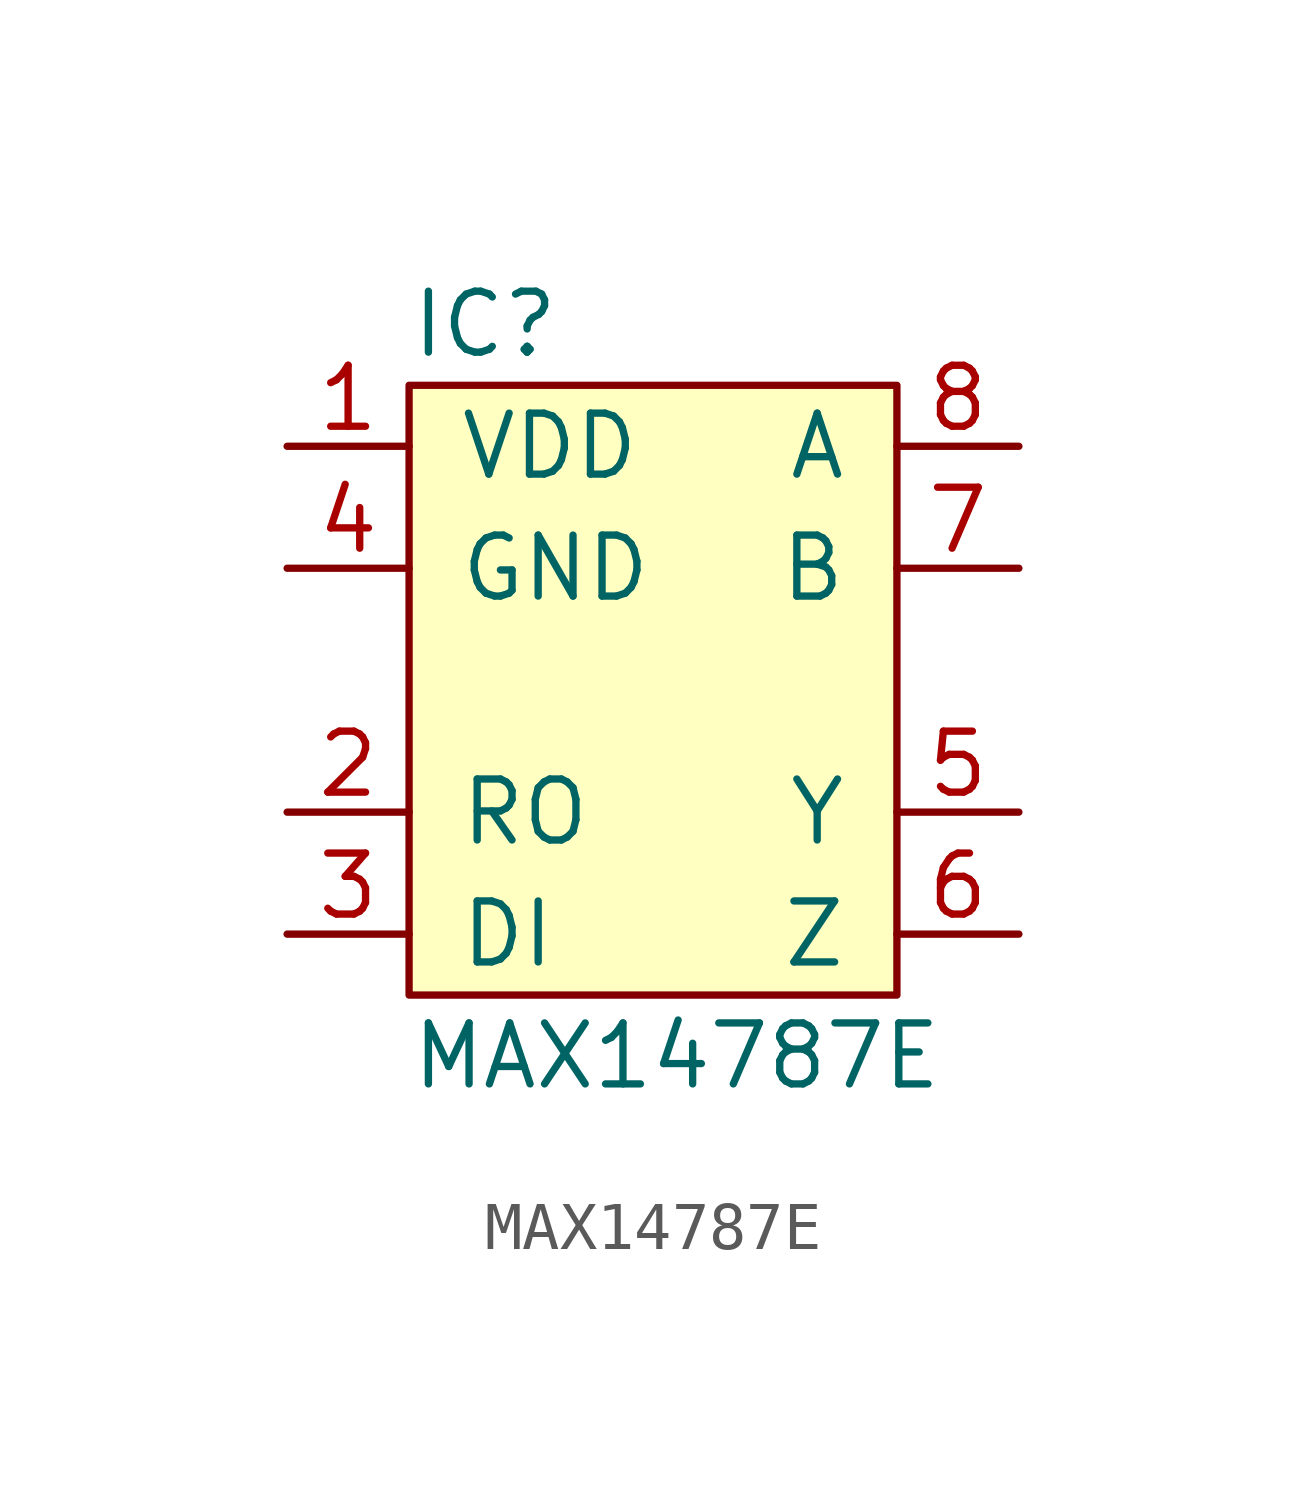
<source format=kicad_sym>
(kicad_symbol_lib
  (version 20211014)
  (generator agg_kicad.build_lib_ic)
  (symbol "MAX14787E"
    (pin_names
      (offset 1.016))
    (property Reference IC
      (at -5.08 7.62 0)
      (effects (font (size 1.27 1.27)) (justify left)))
    (property Value "MAX14787E"
      (at -5.08 -7.62 0)
      (effects (font (size 1.27 1.27)) (justify left)))
    (symbol "MAX14787E_0_0"
      (rectangle (start -5.08 6.35) (end 5.08 -6.35) (stroke (width 0) (type default) (color 0 0 0 0)) (fill (type background)))
      (pin power_in line (at -7.62 5.08 0) (length 2.54) (name VDD (effects (font (size 1.27 1.27)))) (number "1" (effects (font (size 1.27 1.27)))))
      (pin power_in line (at -7.62 2.54 0) (length 2.54) (name GND (effects (font (size 1.27 1.27)))) (number "4" (effects (font (size 1.27 1.27)))))
      (pin output line (at -7.62 -2.54 0) (length 2.54) (name RO (effects (font (size 1.27 1.27)))) (number "2" (effects (font (size 1.27 1.27)))))
      (pin input line (at -7.62 -5.08 0) (length 2.54) (name DI (effects (font (size 1.27 1.27)))) (number "3" (effects (font (size 1.27 1.27)))))
      (pin input line (at 7.62 5.08 180) (length 2.54) (name A (effects (font (size 1.27 1.27)))) (number "8" (effects (font (size 1.27 1.27)))))
      (pin input line (at 7.62 2.54 180) (length 2.54) (name B (effects (font (size 1.27 1.27)))) (number "7" (effects (font (size 1.27 1.27)))))
      (pin output line (at 7.62 -2.54 180) (length 2.54) (name Y (effects (font (size 1.27 1.27)))) (number "5" (effects (font (size 1.27 1.27)))))
      (pin output line (at 7.62 -5.08 180) (length 2.54) (name Z (effects (font (size 1.27 1.27)))) (number "6" (effects (font (size 1.27 1.27))))))))
</source>
